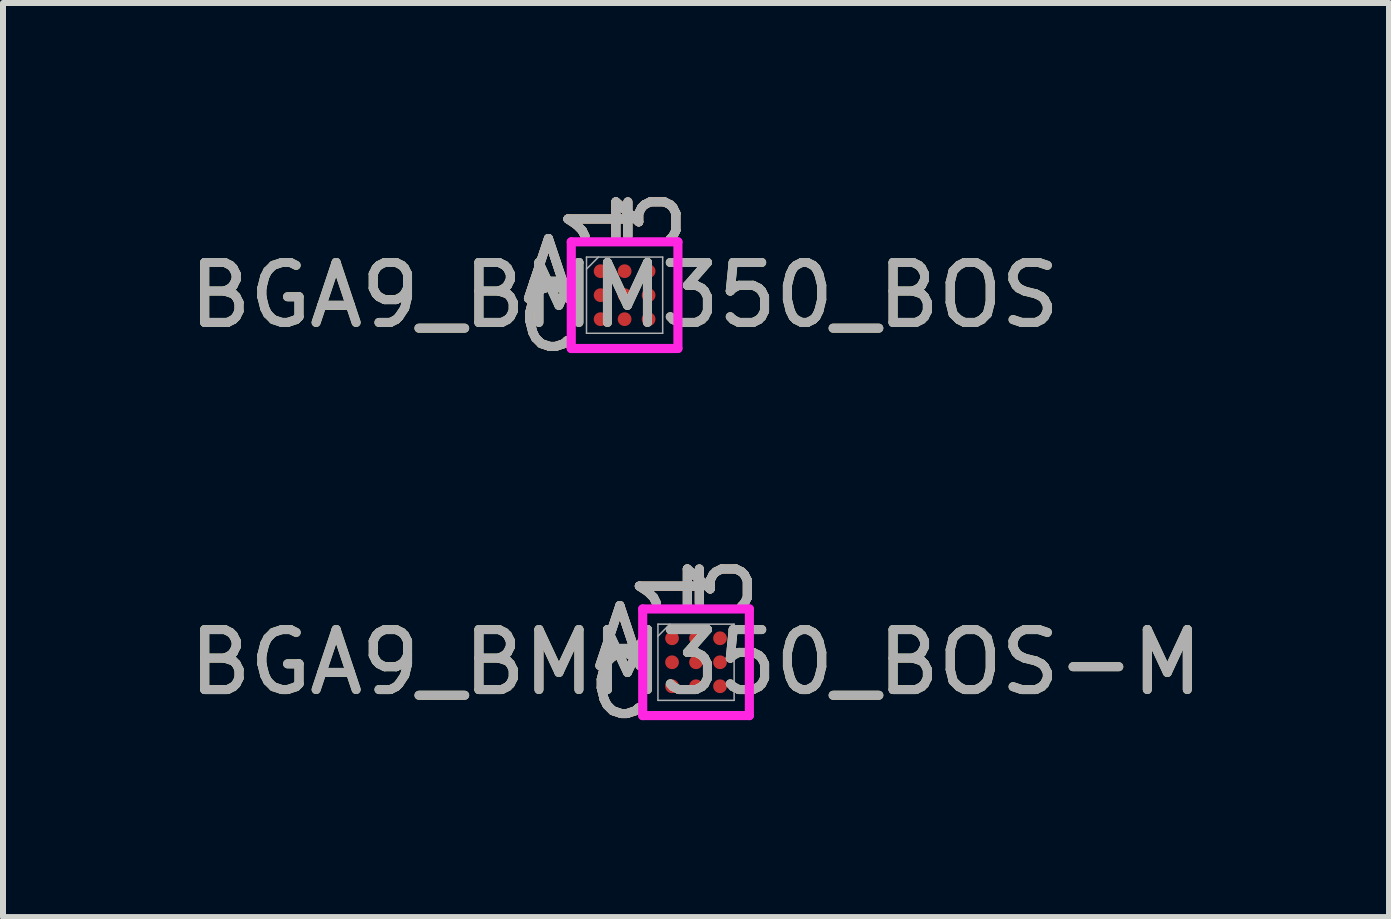
<source format=kicad_pcb>
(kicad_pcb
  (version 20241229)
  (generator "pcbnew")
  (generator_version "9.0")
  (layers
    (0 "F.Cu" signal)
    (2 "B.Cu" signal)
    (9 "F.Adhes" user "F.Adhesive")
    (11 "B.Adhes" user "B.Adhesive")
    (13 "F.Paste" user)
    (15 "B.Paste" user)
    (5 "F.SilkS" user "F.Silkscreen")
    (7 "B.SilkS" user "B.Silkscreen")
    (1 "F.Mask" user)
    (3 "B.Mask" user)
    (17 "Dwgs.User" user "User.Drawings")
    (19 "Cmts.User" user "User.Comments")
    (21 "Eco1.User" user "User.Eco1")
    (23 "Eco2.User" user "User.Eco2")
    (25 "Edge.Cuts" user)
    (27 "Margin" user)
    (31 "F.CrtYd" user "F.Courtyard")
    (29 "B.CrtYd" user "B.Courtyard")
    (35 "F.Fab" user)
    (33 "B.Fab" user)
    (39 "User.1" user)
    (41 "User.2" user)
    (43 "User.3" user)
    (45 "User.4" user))
  (footprint "BGA9_BMM350_BOS"
    (layer "F.Cu")
    (at 7.363 1.871)
    (property "Reference" "BGA9_BMM350_BOS" (at 0 0 0) (unlocked yes) (layer "F.SilkS") (effects (font (size 1 1) (thickness 0.15))))
    (attr smd)
    (fp_line (start -0.889 -0.889) (end 0.889 -0.889) (stroke (width 0.152) (type solid)) (layer "F.CrtYd"))
    (fp_line (start -0.889 0.889) (end -0.889 -0.889) (stroke (width 0.152) (type solid)) (layer "F.CrtYd"))
    (fp_line (start 0.889 -0.889) (end 0.889 0.889) (stroke (width 0.152) (type solid)) (layer "F.CrtYd"))
    (fp_line (start 0.889 0.889) (end -0.889 0.889) (stroke (width 0.152) (type solid)) (layer "F.CrtYd"))
    (fp_line (start -0.635 -0.635) (end -0.635 0.635) (stroke (width 0.025) (type solid)) (layer "F.Fab"))
    (fp_line (start -0.635 0.635) (end 0.635 0.635) (stroke (width 0.025) (type solid)) (layer "F.Fab"))
    (fp_line (start -0.435 -0.635) (end -0.635 -0.435) (stroke (width 0.025) (type solid)) (layer "F.Fab"))
    (fp_line (start 0.635 -0.635) (end -0.635 -0.635) (stroke (width 0.025) (type solid)) (layer "F.Fab"))
    (fp_line (start 0.635 0.635) (end 0.635 -0.635) (stroke (width 0.025) (type solid)) (layer "F.Fab"))
    (fp_text user "C" (at -1.27 0.4 0) (unlocked yes) (layer "F.SilkS") (effects (font (size 1 1) (thickness 0.15))))
    (fp_text user "1" (at -0.4 -1.27 90) (unlocked yes) (layer "F.SilkS") (effects (font (size 1 1) (thickness 0.15))))
    (fp_text user "A" (at -1.27 -0.4 0) (unlocked yes) (layer "F.SilkS") (effects (font (size 1 1) (thickness 0.15))))
    (fp_text user "3" (at 0.4 -1.27 90) (unlocked yes) (layer "F.SilkS") (effects (font (size 1 1) (thickness 0.15))))
    (fp_text user "3" (at 0.4 -1.27 90) (unlocked yes) (layer "B.SilkS") (effects (font (size 1 1) (thickness 0.15))))
    (fp_text user "C" (at -1.27 0.4 0) (unlocked yes) (layer "B.SilkS") (effects (font (size 1 1) (thickness 0.15))))
    (fp_text user "1" (at -0.4 -1.27 90) (unlocked yes) (layer "B.SilkS") (effects (font (size 1 1) (thickness 0.15))))
    (fp_text user "A" (at -1.27 -0.4 0) (unlocked yes) (layer "B.SilkS") (effects (font (size 1 1) (thickness 0.15))))
    (fp_text user "${REFERENCE}" (at 0 0 0) (unlocked yes) (layer "F.Fab") (effects (font (size 1 1) (thickness 0.15))))
    (fp_text user "C" (at -1.27 0.4 0) (unlocked yes) (layer "F.Fab") (effects (font (size 1 1) (thickness 0.15))))
    (fp_text user "3" (at 0.4 -1.27 90) (unlocked yes) (layer "F.Fab") (effects (font (size 1 1) (thickness 0.15))))
    (fp_text user "1" (at -0.4 -1.27 90) (unlocked yes) (layer "F.Fab") (effects (font (size 1 1) (thickness 0.15))))
    (fp_text user "A" (at -1.27 -0.4 0) (unlocked yes) (layer "F.Fab") (effects (font (size 1 1) (thickness 0.15))))
    (pad "A1" smd circle (at -0.4 -0.4) (size 0.229 0.229) (layers "F.Cu" "F.Mask" "F.Paste"))
    (pad "A2" smd circle (at 0 -0.4) (size 0.229 0.229) (layers "F.Cu" "F.Mask" "F.Paste"))
    (pad "A3" smd circle (at 0.4 -0.4) (size 0.229 0.229) (layers "F.Cu" "F.Mask" "F.Paste"))
    (pad "B1" smd circle (at -0.4 0) (size 0.229 0.229) (layers "F.Cu" "F.Mask" "F.Paste"))
    (pad "B2" smd circle (at 0 0) (size 0.229 0.229) (layers "F.Cu" "F.Mask" "F.Paste"))
    (pad "B3" smd circle (at 0.4 0) (size 0.229 0.229) (layers "F.Cu" "F.Mask" "F.Paste"))
    (pad "C1" smd circle (at -0.4 0.4) (size 0.229 0.229) (layers "F.Cu" "F.Mask" "F.Paste"))
    (pad "C2" smd circle (at 0 0.4) (size 0.229 0.229) (layers "F.Cu" "F.Mask" "F.Paste"))
    (pad "C3" smd circle (at 0.4 0.4) (size 0.229 0.229) (layers "F.Cu" "F.Mask" "F.Paste")))
  (footprint "BGA9_BMM350_BOS-M"
    (layer "F.Cu")
    (at 8.554 7.991)
    (property "Reference" "BGA9_BMM350_BOS-M" (at 0 0 0) (unlocked yes) (layer "F.SilkS") (effects (font (size 1 1) (thickness 0.15))))
    (attr smd)
    (fp_poly (pts (xy -1.045 -1.045) (xy 1.045 -1.045) (xy 1.045 1.045) (xy -1.045 1.045)) (stroke (width 0.1) (type solid)) (fill no) (layer "Eco2.User"))
    (fp_line (start -0.889 -0.889) (end 0.889 -0.889) (stroke (width 0.152) (type solid)) (layer "F.CrtYd"))
    (fp_line (start -0.889 0.889) (end -0.889 -0.889) (stroke (width 0.152) (type solid)) (layer "F.CrtYd"))
    (fp_line (start 0.889 -0.889) (end 0.889 0.889) (stroke (width 0.152) (type solid)) (layer "F.CrtYd"))
    (fp_line (start 0.889 0.889) (end -0.889 0.889) (stroke (width 0.152) (type solid)) (layer "F.CrtYd"))
    (fp_line (start -0.635 -0.635) (end -0.635 0.635) (stroke (width 0.025) (type solid)) (layer "F.Fab"))
    (fp_line (start -0.635 0.635) (end 0.635 0.635) (stroke (width 0.025) (type solid)) (layer "F.Fab"))
    (fp_line (start -0.435 -0.635) (end -0.635 -0.435) (stroke (width 0.025) (type solid)) (layer "F.Fab"))
    (fp_line (start 0.635 -0.635) (end -0.635 -0.635) (stroke (width 0.025) (type solid)) (layer "F.Fab"))
    (fp_line (start 0.635 0.635) (end 0.635 -0.635) (stroke (width 0.025) (type solid)) (layer "F.Fab"))
    (fp_text user "A" (at -1.27 -0.4 0) (unlocked yes) (layer "F.SilkS") (effects (font (size 1 1) (thickness 0.15))))
    (fp_text user "C" (at -1.27 0.4 0) (unlocked yes) (layer "F.SilkS") (effects (font (size 1 1) (thickness 0.15))))
    (fp_text user "3" (at 0.4 -1.27 90) (unlocked yes) (layer "F.SilkS") (effects (font (size 1 1) (thickness 0.15))))
    (fp_text user "1" (at -0.4 -1.27 90) (unlocked yes) (layer "F.SilkS") (effects (font (size 1 1) (thickness 0.15))))
    (fp_text user "C" (at -1.27 0.4 0) (unlocked yes) (layer "B.SilkS") (effects (font (size 1 1) (thickness 0.15))))
    (fp_text user "3" (at 0.4 -1.27 90) (unlocked yes) (layer "B.SilkS") (effects (font (size 1 1) (thickness 0.15))))
    (fp_text user "A" (at -1.27 -0.4 0) (unlocked yes) (layer "B.SilkS") (effects (font (size 1 1) (thickness 0.15))))
    (fp_text user "1" (at -0.4 -1.27 90) (unlocked yes) (layer "B.SilkS") (effects (font (size 1 1) (thickness 0.15))))
    (fp_text user "${REFERENCE}" (at 0 0 0) (unlocked yes) (layer "F.Fab") (effects (font (size 1 1) (thickness 0.15))))
    (fp_text user "3" (at 0.4 -1.27 90) (unlocked yes) (layer "F.Fab") (effects (font (size 1 1) (thickness 0.15))))
    (fp_text user "1" (at -0.4 -1.27 90) (unlocked yes) (layer "F.Fab") (effects (font (size 1 1) (thickness 0.15))))
    (fp_text user "C" (at -1.27 0.4 0) (unlocked yes) (layer "F.Fab") (effects (font (size 1 1) (thickness 0.15))))
    (fp_text user "A" (at -1.27 -0.4 0) (unlocked yes) (layer "F.Fab") (effects (font (size 1 1) (thickness 0.15))))
    (pad "A1" smd circle (at -0.4 -0.4) (size 0.229 0.229) (layers "F.Cu" "F.Mask" "F.Paste"))
    (pad "A2" smd circle (at 0 -0.4) (size 0.229 0.229) (layers "F.Cu" "F.Mask" "F.Paste"))
    (pad "A3" smd circle (at 0.4 -0.4) (size 0.229 0.229) (layers "F.Cu" "F.Mask" "F.Paste"))
    (pad "B1" smd circle (at -0.4 0) (size 0.229 0.229) (layers "F.Cu" "F.Mask" "F.Paste"))
    (pad "B2" smd circle (at 0 0) (size 0.229 0.229) (layers "F.Cu" "F.Mask" "F.Paste"))
    (pad "B3" smd circle (at 0.4 0) (size 0.229 0.229) (layers "F.Cu" "F.Mask" "F.Paste"))
    (pad "C1" smd circle (at -0.4 0.4) (size 0.229 0.229) (layers "F.Cu" "F.Mask" "F.Paste"))
    (pad "C2" smd circle (at 0 0.4) (size 0.229 0.229) (layers "F.Cu" "F.Mask" "F.Paste"))
    (pad "C3" smd circle (at 0.4 0.4) (size 0.229 0.229) (layers "F.Cu" "F.Mask" "F.Paste")))
  (gr_rect
    (start -3 -3)
    (end 20.107 12.239)
    (stroke (width 0.1) (type default))
    (fill no)
    (layer "Edge.Cuts")))
</source>
